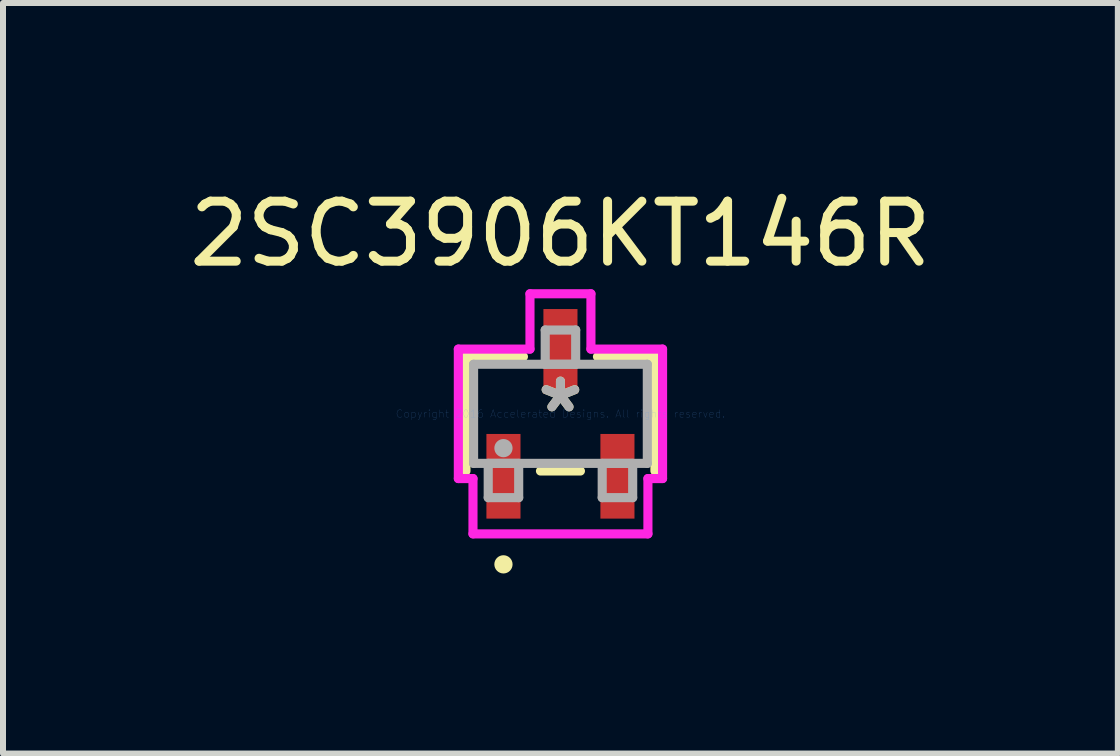
<source format=kicad_pcb>
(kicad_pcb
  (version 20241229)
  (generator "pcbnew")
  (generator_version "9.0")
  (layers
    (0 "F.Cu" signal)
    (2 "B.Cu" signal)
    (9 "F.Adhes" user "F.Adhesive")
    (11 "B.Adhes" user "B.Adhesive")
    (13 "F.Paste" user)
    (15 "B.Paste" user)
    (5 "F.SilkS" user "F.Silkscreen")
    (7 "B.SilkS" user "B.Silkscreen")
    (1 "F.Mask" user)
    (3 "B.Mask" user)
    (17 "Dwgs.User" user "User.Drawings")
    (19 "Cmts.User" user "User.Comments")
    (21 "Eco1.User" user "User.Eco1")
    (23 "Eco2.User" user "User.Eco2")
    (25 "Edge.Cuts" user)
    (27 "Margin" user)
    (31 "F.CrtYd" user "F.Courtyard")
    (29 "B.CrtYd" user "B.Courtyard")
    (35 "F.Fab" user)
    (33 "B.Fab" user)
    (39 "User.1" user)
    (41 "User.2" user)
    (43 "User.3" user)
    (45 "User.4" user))
  (footprint "2SC3906KT146R"
    (layer "F.Cu")
    (at 6.292 3.848)
    (property "Reference" "2SC3906KT146R" (at 0 -3 0) (layer "F.SilkS") (effects (font (size 1 1) (thickness 0.15))))
    (attr through_hole)
    (fp_line (start -1.575 -0.953) (end -1.575 0.953) (stroke (width 0.152) (type solid)) (layer "F.SilkS"))
    (fp_line (start -0.617 -0.953) (end -1.575 -0.953) (stroke (width 0.152) (type solid)) (layer "F.SilkS"))
    (fp_line (start -0.333 0.953) (end 0.333 0.953) (stroke (width 0.152) (type solid)) (layer "F.SilkS"))
    (fp_line (start 1.575 -0.953) (end 0.617 -0.953) (stroke (width 0.152) (type solid)) (layer "F.SilkS"))
    (fp_line (start 1.575 0.953) (end 1.575 -0.953) (stroke (width 0.152) (type solid)) (layer "F.SilkS"))
    (fp_circle (center -0.95 2.509) (end -0.874 2.509) (stroke (width 0.152) (type solid)) (fill no) (layer "F.SilkS"))
    (fp_line (start -1.702 -1.079) (end -0.508 -1.079) (stroke (width 0.152) (type solid)) (layer "F.CrtYd"))
    (fp_line (start -1.702 1.079) (end -1.702 -1.079) (stroke (width 0.152) (type solid)) (layer "F.CrtYd"))
    (fp_line (start -1.458 1.079) (end -1.702 1.079) (stroke (width 0.152) (type solid)) (layer "F.CrtYd"))
    (fp_line (start -1.458 2.001) (end -1.458 1.079) (stroke (width 0.152) (type solid)) (layer "F.CrtYd"))
    (fp_line (start -0.508 -2.001) (end 0.508 -2.001) (stroke (width 0.152) (type solid)) (layer "F.CrtYd"))
    (fp_line (start -0.508 -1.079) (end -0.508 -2.001) (stroke (width 0.152) (type solid)) (layer "F.CrtYd"))
    (fp_line (start 0.508 -2.001) (end 0.508 -1.079) (stroke (width 0.152) (type solid)) (layer "F.CrtYd"))
    (fp_line (start 0.508 -1.079) (end 1.702 -1.079) (stroke (width 0.152) (type solid)) (layer "F.CrtYd"))
    (fp_line (start 1.458 1.079) (end 1.458 2.001) (stroke (width 0.152) (type solid)) (layer "F.CrtYd"))
    (fp_line (start 1.458 2.001) (end -1.458 2.001) (stroke (width 0.152) (type solid)) (layer "F.CrtYd"))
    (fp_line (start 1.702 -1.079) (end 1.702 1.079) (stroke (width 0.152) (type solid)) (layer "F.CrtYd"))
    (fp_line (start 1.702 1.079) (end 1.458 1.079) (stroke (width 0.152) (type solid)) (layer "F.CrtYd"))
    (fp_line (start -1.448 -0.826) (end -1.448 0.826) (stroke (width 0.152) (type solid)) (layer "F.Fab"))
    (fp_line (start -1.448 0.826) (end 1.448 0.826) (stroke (width 0.152) (type solid)) (layer "F.Fab"))
    (fp_line (start -1.204 0.826) (end -1.204 1.397) (stroke (width 0.152) (type solid)) (layer "F.Fab"))
    (fp_line (start -1.204 1.397) (end -0.696 1.397) (stroke (width 0.152) (type solid)) (layer "F.Fab"))
    (fp_line (start -0.696 0.826) (end -1.204 0.826) (stroke (width 0.152) (type solid)) (layer "F.Fab"))
    (fp_line (start -0.696 1.397) (end -0.696 0.826) (stroke (width 0.152) (type solid)) (layer "F.Fab"))
    (fp_line (start -0.254 -1.397) (end -0.254 -0.826) (stroke (width 0.152) (type solid)) (layer "F.Fab"))
    (fp_line (start -0.254 -0.826) (end 0.254 -0.826) (stroke (width 0.152) (type solid)) (layer "F.Fab"))
    (fp_line (start 0.254 -1.397) (end -0.254 -1.397) (stroke (width 0.152) (type solid)) (layer "F.Fab"))
    (fp_line (start 0.254 -0.826) (end 0.254 -1.397) (stroke (width 0.152) (type solid)) (layer "F.Fab"))
    (fp_line (start 0.696 0.826) (end 0.696 1.397) (stroke (width 0.152) (type solid)) (layer "F.Fab"))
    (fp_line (start 0.696 1.397) (end 1.204 1.397) (stroke (width 0.152) (type solid)) (layer "F.Fab"))
    (fp_line (start 1.204 0.826) (end 0.696 0.826) (stroke (width 0.152) (type solid)) (layer "F.Fab"))
    (fp_line (start 1.204 1.397) (end 1.204 0.826) (stroke (width 0.152) (type solid)) (layer "F.Fab"))
    (fp_line (start 1.448 -0.826) (end -1.448 -0.826) (stroke (width 0.152) (type solid)) (layer "F.Fab"))
    (fp_line (start 1.448 0.826) (end 1.448 -0.826) (stroke (width 0.152) (type solid)) (layer "F.Fab"))
    (fp_circle (center -0.95 0.572) (end -0.874 0.572) (stroke (width 0.152) (type solid)) (fill no) (layer "F.Fab"))
    (fp_text user "*" (at 0 0 0) (layer "F.SilkS") (effects (font (size 1 1) (thickness 0.15))))
    (fp_text user "Copyright 2016 Accelerated Designs. All rights reserved." (at 0 0 0) (layer "Cmts.User") (effects (font (size 0.127 0.127) (thickness 0.002))))
    (fp_text user "*" (at 0 0 0) (layer "F.Fab") (effects (font (size 1 1) (thickness 0.15))))
    (pad "1" smd rect (at -0.95 1.041) (size 0.568 1.411) (layers "F.Cu" "F.Mask" "F.Paste"))
    (pad "2" smd rect (at 0.95 1.041) (size 0.568 1.411) (layers "F.Cu" "F.Mask" "F.Paste"))
    (pad "3" smd rect (at 0 -1.041) (size 0.568 1.411) (layers "F.Cu" "F.Mask" "F.Paste")))
  (gr_rect
    (start -3 -3)
    (end 15.583 9.51)
    (stroke (width 0.1) (type default))
    (fill no)
    (layer "Edge.Cuts")))
</source>
